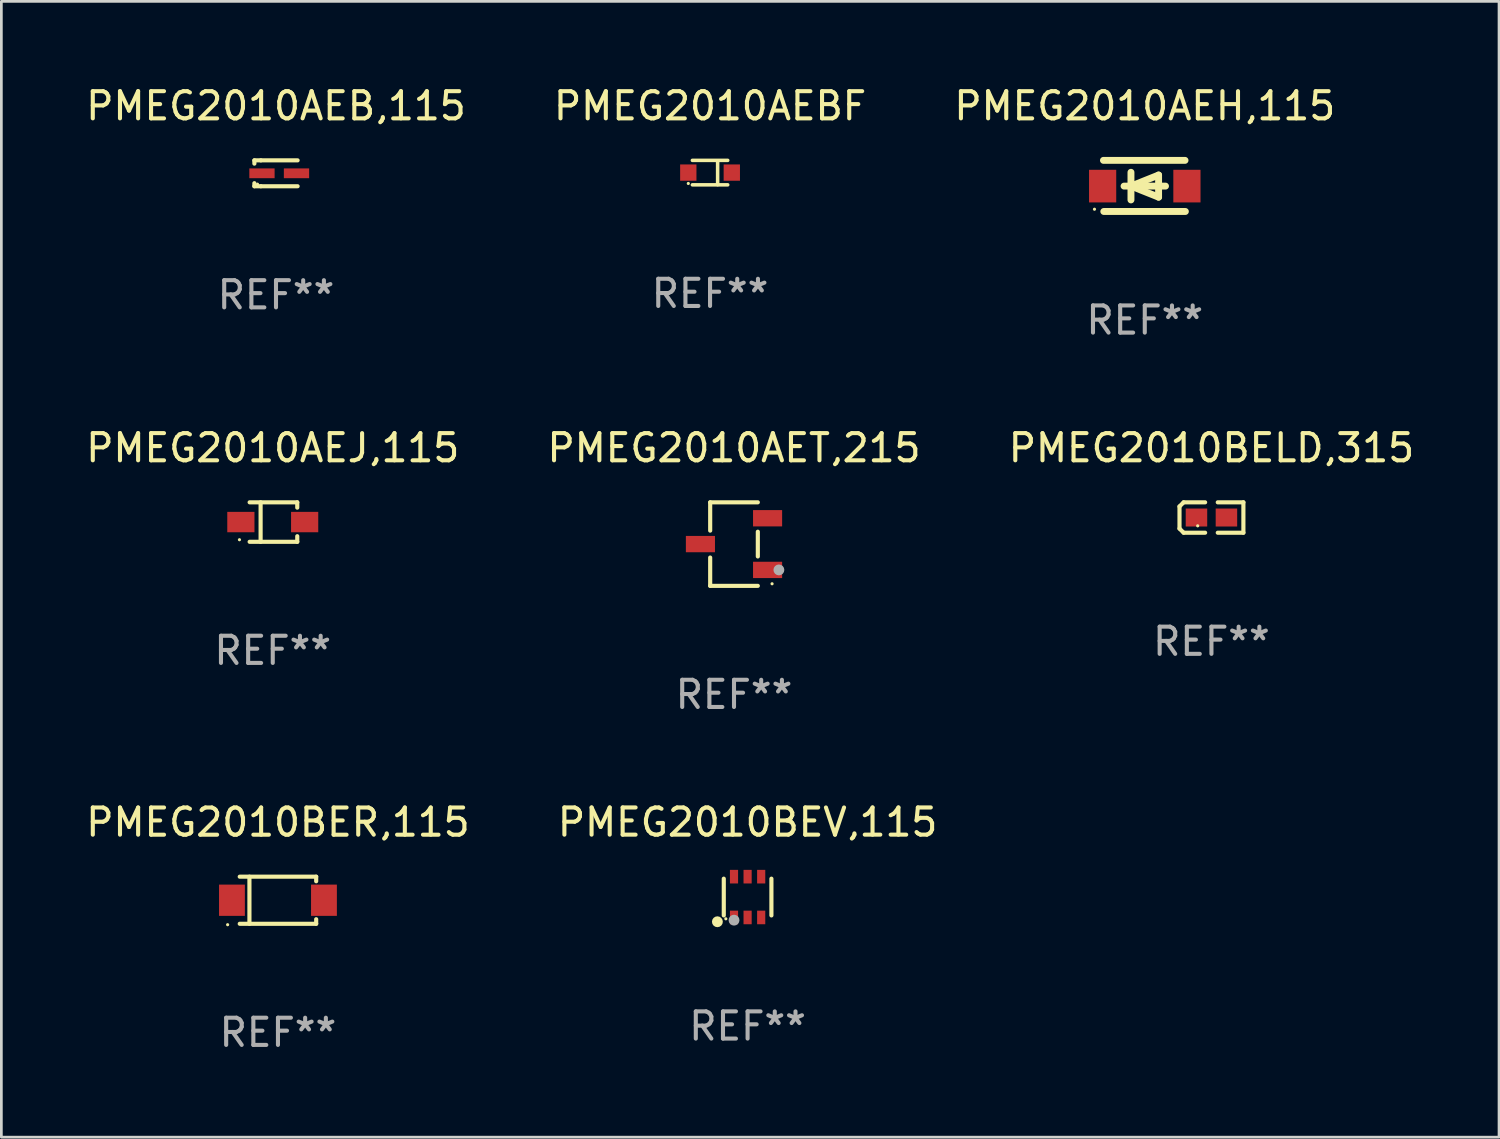
<source format=kicad_pcb>
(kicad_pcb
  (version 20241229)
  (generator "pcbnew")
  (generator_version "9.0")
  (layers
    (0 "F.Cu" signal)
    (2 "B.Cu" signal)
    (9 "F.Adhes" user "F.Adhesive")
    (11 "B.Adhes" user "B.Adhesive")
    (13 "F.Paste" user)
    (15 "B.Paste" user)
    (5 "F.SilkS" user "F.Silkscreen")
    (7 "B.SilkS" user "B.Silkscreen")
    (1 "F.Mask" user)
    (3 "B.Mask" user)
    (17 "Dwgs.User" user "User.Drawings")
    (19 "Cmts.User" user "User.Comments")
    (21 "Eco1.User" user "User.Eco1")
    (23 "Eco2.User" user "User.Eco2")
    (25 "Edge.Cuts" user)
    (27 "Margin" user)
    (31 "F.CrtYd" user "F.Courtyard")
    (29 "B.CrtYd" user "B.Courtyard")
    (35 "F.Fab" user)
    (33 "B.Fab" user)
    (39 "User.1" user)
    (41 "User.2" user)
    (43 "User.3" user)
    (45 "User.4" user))
  (footprint "PMEG2010AEH,115"
    (layer "F.Cu")
    (at 39.054 3.788)
    (property "Reference" "PMEG2010AEH,115" (at 0 -2.94 0) (layer "F.SilkS") (effects (font (size 1 1) (thickness 0.15))))
    (attr through_hole)
    (fp_line (start -1.52 -0.94) (end 1.48 -0.94) (stroke (width 0.254) (type solid)) (layer "F.SilkS"))
    (fp_line (start -1.507 0.94) (end 1.493 0.94) (stroke (width 0.254) (type solid)) (layer "F.SilkS"))
    (fp_line (start -0.762 0.007) (end 0.762 0.007) (stroke (width 0.254) (type solid)) (layer "F.SilkS"))
    (fp_line (start -0.508 -0.501) (end -0.508 0.515) (stroke (width 0.254) (type solid)) (layer "F.SilkS"))
    (fp_line (start -0.508 0.007) (end 0.508 -0.4) (stroke (width 0.254) (type solid)) (layer "F.SilkS"))
    (fp_line (start 0.508 -0.4) (end 0.508 0.413) (stroke (width 0.254) (type solid)) (layer "F.SilkS"))
    (fp_line (start 0.508 0.413) (end -0.508 0.007) (stroke (width 0.254) (type solid)) (layer "F.SilkS"))
    (fp_circle (center -1.85 0.857) (end -1.82 0.857) (stroke (width 0.06) (type solid)) (fill no) (layer "F.SilkS"))
    (fp_text user "REF**" (at 0 4.94 0) (layer "F.Fab") (effects (font (size 1 1) (thickness 0.15))))
    (pad "1" smd rect (at -1.55 0.007) (size 1 1.2) (layers "F.Cu" "F.Mask" "F.Paste"))
    (pad "2" smd rect (at 1.55 0.007) (size 1 1.2) (layers "F.Cu" "F.Mask" "F.Paste")))
  (footprint "PMEG2010AEBF"
    (layer "F.Cu")
    (at 23.065 3.298)
    (property "Reference" "PMEG2010AEBF" (at 0 -2.45 0) (layer "F.SilkS") (effects (font (size 1 1) (thickness 0.15))))
    (attr through_hole)
    (fp_line (start -0.65 -0.45) (end 0.65 -0.45) (stroke (width 0.13) (type solid)) (layer "F.SilkS"))
    (fp_line (start -0.65 0.45) (end 0.65 0.45) (stroke (width 0.13) (type solid)) (layer "F.SilkS"))
    (fp_line (start 0.279 -0.406) (end 0.279 0.444) (stroke (width 0.13) (type solid)) (layer "F.SilkS"))
    (fp_circle (center -0.8 0.4) (end -0.77 0.4) (stroke (width 0.06) (type solid)) (fill no) (layer "F.SilkS"))
    (fp_text user "REF**" (at 0 4.45 0) (layer "F.Fab") (effects (font (size 1 1) (thickness 0.15))))
    (pad "1" smd rect (at -0.8 0) (size 0.6 0.6) (layers "F.Cu" "F.Mask" "F.Paste"))
    (pad "2" smd rect (at 0.8 0 180) (size 0.6 0.6) (layers "F.Cu" "F.Mask" "F.Paste")))
  (footprint "PMEG2010AEB,115"
    (layer "F.Cu")
    (at 7.101 3.324)
    (property "Reference" "PMEG2010AEB,115" (at 0 -2.476 0) (layer "F.SilkS") (effects (font (size 1 1) (thickness 0.15))))
    (attr through_hole)
    (fp_line (start -0.795 -0.476) (end -0.795 -0.356) (stroke (width 0.152) (type solid)) (layer "F.SilkS"))
    (fp_line (start -0.795 0.363) (end -0.795 0.476) (stroke (width 0.152) (type solid)) (layer "F.SilkS"))
    (fp_line (start -0.795 0.476) (end -0.557 0.476) (stroke (width 0.152) (type solid)) (layer "F.SilkS"))
    (fp_line (start -0.557 -0.476) (end -0.795 -0.476) (stroke (width 0.152) (type solid)) (layer "F.SilkS"))
    (fp_line (start -0.557 -0.476) (end 0.795 -0.476) (stroke (width 0.152) (type solid)) (layer "F.SilkS"))
    (fp_line (start -0.557 0.476) (end 0.795 0.476) (stroke (width 0.152) (type solid)) (layer "F.SilkS"))
    (fp_circle (center -0.681 0.4) (end -0.651 0.4) (stroke (width 0.06) (type solid)) (fill no) (layer "F.SilkS"))
    (fp_text user "REF**" (at 0 4.476 0) (layer "F.Fab") (effects (font (size 1 1) (thickness 0.15))))
    (pad "1" smd rect (at -0.516 0 180) (size 0.93 0.36) (layers "F.Cu" "F.Mask" "F.Paste"))
    (pad "2" smd rect (at 0.754 0 180) (size 0.93 0.36) (layers "F.Cu" "F.Mask" "F.Paste")))
  (footprint "PMEG2010BEV,115"
    (layer "F.Cu")
    (at 24.446 29.943)
    (property "Reference" "PMEG2010BEV,115" (at 0 -2.75 0) (layer "F.SilkS") (effects (font (size 1 1) (thickness 0.15))))
    (attr through_hole)
    (fp_line (start -0.876 0.676) (end -0.876 -0.676) (stroke (width 0.152) (type solid)) (layer "F.SilkS"))
    (fp_line (start 0.876 0.676) (end 0.876 -0.676) (stroke (width 0.152) (type solid)) (layer "F.SilkS"))
    (fp_circle (center -1.111 0.908) (end -1.011 0.908) (stroke (width 0.2) (type solid)) (fill no) (layer "F.SilkS"))
    (fp_circle (center -0.8 0.8) (end -0.77 0.8) (stroke (width 0.06) (type solid)) (fill no) (layer "F.SilkS"))
    (fp_circle (center -0.499 0.85) (end -0.399 0.85) (stroke (width 0.2) (type solid)) (fill no) (layer "F.Fab"))
    (fp_text user "REF**" (at 0 4.75 0) (layer "F.Fab") (effects (font (size 1 1) (thickness 0.15))))
    (pad "1" smd rect (at -0.5 0.75) (size 0.3 0.5) (layers "F.Cu" "F.Mask" "F.Paste"))
    (pad "2" smd rect (at 0 0.75) (size 0.3 0.5) (layers "F.Cu" "F.Mask" "F.Paste"))
    (pad "3" smd rect (at 0.5 0.75) (size 0.3 0.5) (layers "F.Cu" "F.Mask" "F.Paste"))
    (pad "4" smd rect (at 0.5 -0.75) (size 0.3 0.5) (layers "F.Cu" "F.Mask" "F.Paste"))
    (pad "5" smd rect (at 0 -0.75) (size 0.3 0.5) (layers "F.Cu" "F.Mask" "F.Paste"))
    (pad "6" smd rect (at -0.5 -0.75) (size 0.3 0.5) (layers "F.Cu" "F.Mask" "F.Paste")))
  (footprint "PMEG2010AEJ,115"
    (layer "F.Cu")
    (at 6.982 16.151)
    (property "Reference" "PMEG2010AEJ,115" (at 0 -2.726 0) (layer "F.SilkS") (effects (font (size 1 1) (thickness 0.15))))
    (attr through_hole)
    (fp_line (start -0.851 -0.726) (end 0.901 -0.726) (stroke (width 0.152) (type solid)) (layer "F.SilkS"))
    (fp_line (start -0.851 0.726) (end 0.901 0.726) (stroke (width 0.152) (type solid)) (layer "F.SilkS"))
    (fp_line (start -0.447 -0.726) (end -0.447 0.726) (stroke (width 0.152) (type solid)) (layer "F.SilkS"))
    (fp_line (start 0.901 -0.726) (end 0.901 -0.53) (stroke (width 0.152) (type solid)) (layer "F.SilkS"))
    (fp_line (start 0.901 0.726) (end 0.901 0.52) (stroke (width 0.152) (type solid)) (layer "F.SilkS"))
    (fp_circle (center -1.225 0.65) (end -1.195 0.65) (stroke (width 0.06) (type solid)) (fill no) (layer "F.SilkS"))
    (fp_text user "REF**" (at 0 4.726 0) (layer "F.Fab") (effects (font (size 1 1) (thickness 0.15))))
    (pad "1" smd rect (at -1.173 0) (size 1 0.75) (layers "F.Cu" "F.Mask" "F.Paste"))
    (pad "2" smd rect (at 1.173 0) (size 1 0.75) (layers "F.Cu" "F.Mask" "F.Paste")))
  (footprint "PMEG2010BELD,315"
    (layer "F.Cu")
    (at 41.506 15.984)
    (property "Reference" "PMEG2010BELD,315" (at 0 -2.559 0) (layer "F.SilkS") (effects (font (size 1 1) (thickness 0.15))))
    (attr through_hole)
    (fp_line (start -1.175 -0.407) (end -1.023 -0.559) (stroke (width 0.152) (type solid)) (layer "F.SilkS"))
    (fp_line (start -1.175 0.407) (end -1.175 -0.407) (stroke (width 0.152) (type solid)) (layer "F.SilkS"))
    (fp_line (start -1.023 -0.559) (end -0.232 -0.559) (stroke (width 0.152) (type solid)) (layer "F.SilkS"))
    (fp_line (start -1.023 0.559) (end -1.175 0.407) (stroke (width 0.152) (type solid)) (layer "F.SilkS"))
    (fp_line (start -0.232 0.559) (end -1.023 0.559) (stroke (width 0.152) (type solid)) (layer "F.SilkS"))
    (fp_line (start 0.232 0.559) (end 1.175 0.559) (stroke (width 0.152) (type solid)) (layer "F.SilkS"))
    (fp_line (start 1.175 -0.559) (end 0.232 -0.559) (stroke (width 0.152) (type solid)) (layer "F.SilkS"))
    (fp_line (start 1.175 0.559) (end 1.175 -0.559) (stroke (width 0.152) (type solid)) (layer "F.SilkS"))
    (fp_circle (center -0.506 0.306) (end -0.476 0.306) (stroke (width 0.06) (type solid)) (fill no) (layer "F.SilkS"))
    (fp_text user "REF**" (at 0 4.559 0) (layer "F.Fab") (effects (font (size 1 1) (thickness 0.15))))
    (pad "1" smd rect (at -0.551 0) (size 0.79 0.661) (layers "F.Cu" "F.Mask" "F.Paste"))
    (pad "2" smd rect (at 0.551 0) (size 0.79 0.661) (layers "F.Cu" "F.Mask" "F.Paste")))
  (footprint "PMEG2010BER,115"
    (layer "F.Cu")
    (at 7.173 30.06)
    (property "Reference" "PMEG2010BER,115" (at 0 -2.866 0) (layer "F.SilkS") (effects (font (size 1 1) (thickness 0.15))))
    (attr through_hole)
    (fp_line (start -1.406 -0.866) (end 1.406 -0.866) (stroke (width 0.152) (type solid)) (layer "F.SilkS"))
    (fp_line (start -1.406 0.866) (end 1.406 0.866) (stroke (width 0.152) (type solid)) (layer "F.SilkS"))
    (fp_line (start -1.049 -0.866) (end -1.049 0.866) (stroke (width 0.152) (type solid)) (layer "F.SilkS"))
    (fp_line (start 1.406 -0.866) (end 1.406 -0.698) (stroke (width 0.152) (type solid)) (layer "F.SilkS"))
    (fp_line (start 1.406 0.866) (end 1.406 0.698) (stroke (width 0.152) (type solid)) (layer "F.SilkS"))
    (fp_circle (center -1.851 0.9) (end -1.821 0.9) (stroke (width 0.06) (type solid)) (fill no) (layer "F.SilkS"))
    (fp_text user "REF**" (at 0 4.866 0) (layer "F.Fab") (effects (font (size 1 1) (thickness 0.15))))
    (pad "1" smd rect (at -1.692 0) (size 0.95 1.15) (layers "F.Cu" "F.Mask" "F.Paste"))
    (pad "2" smd rect (at 1.692 0) (size 0.95 1.15) (layers "F.Cu" "F.Mask" "F.Paste")))
  (footprint "PMEG2010AET,215"
    (layer "F.Cu")
    (at 23.946 16.961)
    (property "Reference" "PMEG2010AET,215" (at 0 -3.536 0) (layer "F.SilkS") (effects (font (size 1 1) (thickness 0.15))))
    (attr through_hole)
    (fp_line (start -0.876 -1.536) (end -0.876 -0.495) (stroke (width 0.152) (type solid)) (layer "F.SilkS"))
    (fp_line (start -0.876 1.536) (end -0.876 0.495) (stroke (width 0.152) (type solid)) (layer "F.SilkS"))
    (fp_line (start 0.876 -1.536) (end -0.876 -1.536) (stroke (width 0.152) (type solid)) (layer "F.SilkS"))
    (fp_line (start 0.876 -0.455) (end 0.876 0.455) (stroke (width 0.152) (type solid)) (layer "F.SilkS"))
    (fp_line (start 0.876 1.536) (end -0.876 1.536) (stroke (width 0.152) (type solid)) (layer "F.SilkS"))
    (fp_circle (center 1.4 1.46) (end 1.43 1.46) (stroke (width 0.06) (type solid)) (fill no) (layer "F.SilkS"))
    (fp_circle (center 1.651 0.95) (end 1.751 0.95) (stroke (width 0.2) (type solid)) (fill no) (layer "F.Fab"))
    (fp_text user "REF**" (at 0 5.536 0) (layer "F.Fab") (effects (font (size 1 1) (thickness 0.15))))
    (pad "1" smd rect (at 1.235 0.95) (size 1.07 0.6) (layers "F.Cu" "F.Mask" "F.Paste"))
    (pad "2" smd rect (at 1.235 -0.95) (size 1.07 0.6) (layers "F.Cu" "F.Mask" "F.Paste"))
    (pad "3" smd rect (at -1.235 0) (size 1.07 0.6) (layers "F.Cu" "F.Mask" "F.Paste")))
  (gr_rect
    (start -3 -3)
    (end 52.083 38.774)
    (stroke (width 0.1) (type default))
    (fill no)
    (layer "Edge.Cuts")))
</source>
